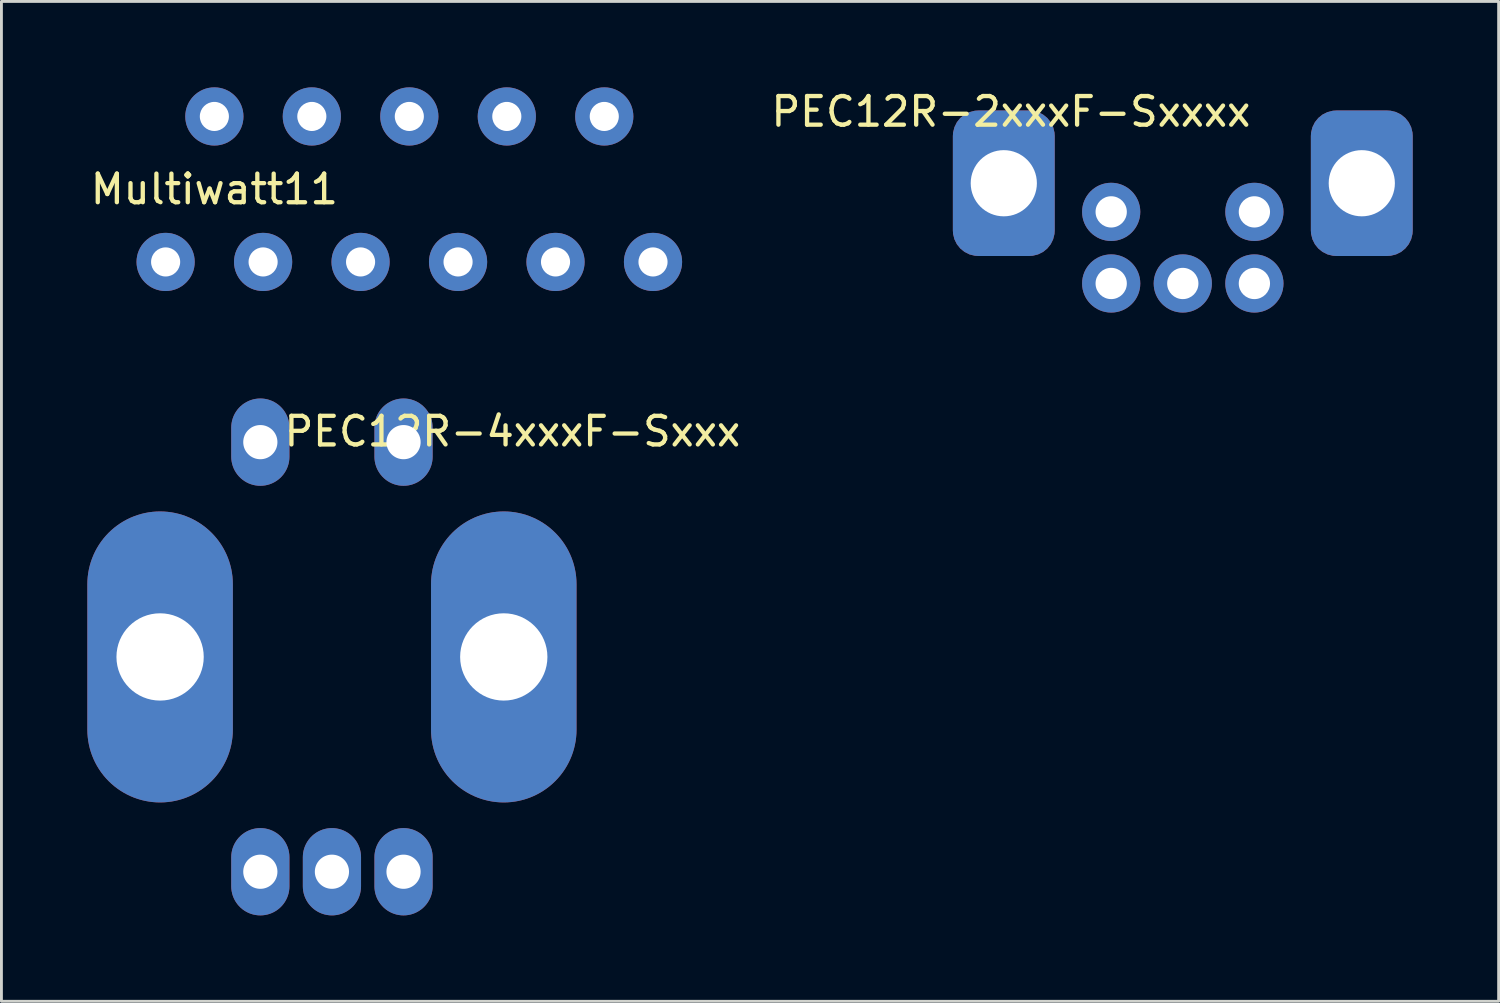
<source format=kicad_pcb>
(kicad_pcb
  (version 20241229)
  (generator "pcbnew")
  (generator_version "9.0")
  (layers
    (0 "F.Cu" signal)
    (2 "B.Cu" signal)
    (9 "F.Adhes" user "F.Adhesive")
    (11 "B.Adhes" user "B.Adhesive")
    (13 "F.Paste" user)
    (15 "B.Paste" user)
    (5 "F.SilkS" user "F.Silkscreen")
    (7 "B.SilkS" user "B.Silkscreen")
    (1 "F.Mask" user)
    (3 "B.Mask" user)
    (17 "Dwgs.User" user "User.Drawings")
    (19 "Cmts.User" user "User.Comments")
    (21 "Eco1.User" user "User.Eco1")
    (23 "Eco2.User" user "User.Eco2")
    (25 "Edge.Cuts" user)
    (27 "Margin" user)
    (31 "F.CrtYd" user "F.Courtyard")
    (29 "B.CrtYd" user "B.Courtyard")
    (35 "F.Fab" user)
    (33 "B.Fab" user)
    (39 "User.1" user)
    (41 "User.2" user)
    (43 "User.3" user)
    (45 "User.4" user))
  (footprint "Multiwatt11"
    (layer "F.Cu")
    (at 11.242 6.096)
    (property "Reference" "Multiwatt11" (at -6.807 -2.54 0) (layer "F.SilkS") (effects (font (size 1 1) (thickness 0.15))))
    (attr through_hole)
    (pad "1" thru_hole circle (at -8.509 0) (size 2.032 2.032) (drill 1.016) (layers "*.Cu" "*.Mask"))
    (pad "2" thru_hole circle (at -6.807 -5.08) (size 2.032 2.032) (drill 1.016) (layers "*.Cu" "*.Mask"))
    (pad "3" thru_hole circle (at -5.105 0) (size 2.032 2.032) (drill 1.016) (layers "*.Cu" "*.Mask"))
    (pad "4" thru_hole circle (at -3.404 -5.08) (size 2.032 2.032) (drill 1.016) (layers "*.Cu" "*.Mask"))
    (pad "5" thru_hole circle (at -1.702 0) (size 2.032 2.032) (drill 1.016) (layers "*.Cu" "*.Mask"))
    (pad "6" thru_hole circle (at 0 -5.08) (size 2.032 2.032) (drill 1.016) (layers "*.Cu" "*.Mask"))
    (pad "7" thru_hole circle (at 1.702 0) (size 2.032 2.032) (drill 1.016) (layers "*.Cu" "*.Mask"))
    (pad "8" thru_hole circle (at 3.404 -5.08) (size 2.032 2.032) (drill 1.016) (layers "*.Cu" "*.Mask"))
    (pad "9" thru_hole circle (at 5.105 0) (size 2.032 2.032) (drill 1.016) (layers "*.Cu" "*.Mask"))
    (pad "10" thru_hole circle (at 6.807 -5.08) (size 2.032 2.032) (drill 1.016) (layers "*.Cu" "*.Mask"))
    (pad "11" thru_hole circle (at 8.509 0) (size 2.032 2.032) (drill 1.016) (layers "*.Cu" "*.Mask")))
  (footprint "PEC12R-2xxxF-Sxxxx"
    (layer "F.Cu")
    (at 38.249 6.848)
    (property "Reference" "PEC12R-2xxxF-Sxxxx" (at -6 -6 0) (layer "F.SilkS") (effects (font (size 1 1) (thickness 0.15))))
    (attr through_hole)
    (pad "3" thru_hole roundrect (at 6.25 -3.5) (size 3.556 5.08) (drill 2.311) (layers "*.Cu" "*.Mask") (roundrect_rratio 0.25))
    (pad "4" thru_hole roundrect (at -6.25 -3.5) (size 3.556 5.08) (drill 2.311) (layers "*.Cu" "*.Mask") (roundrect_rratio 0.25))
    (pad "A" thru_hole circle (at -2.5 0) (size 2.032 2.032) (drill 1.092) (layers "*.Cu" "*.Mask"))
    (pad "B" thru_hole circle (at 2.5 0) (size 2.032 2.032) (drill 1.092) (layers "*.Cu" "*.Mask"))
    (pad "C" thru_hole circle (at 0 0) (size 2.032 2.032) (drill 1.092) (layers "*.Cu" "*.Mask"))
    (pad "S1" thru_hole circle (at -2.5 -2.5) (size 2.032 2.032) (drill 1.092) (layers "*.Cu" "*.Mask"))
    (pad "S2" thru_hole circle (at 2.5 -2.5) (size 2.032 2.032) (drill 1.092) (layers "*.Cu" "*.Mask")))
  (footprint "PEC12R-4xxxF-Sxxx"
    (layer "F.Cu")
    (at 8.54 19.888)
    (property "Reference" "PEC12R-4xxxF-Sxxx" (at 6.3 -7.875 0) (layer "F.SilkS") (effects (font (size 1 1) (thickness 0.15))))
    (attr through_hole)
    (pad "" thru_hole oval (at -6 0 90) (size 10.16 5.08) (drill 3.048) (layers "*.Cu" "*.Mask"))
    (pad "" thru_hole oval (at 6 0 90) (size 10.16 5.08) (drill 3.048) (layers "*.Cu" "*.Mask"))
    (pad "A" thru_hole oval (at -2.5 7.5 90) (size 3.048 2.032) (drill 1.194) (layers "*.Cu" "*.Mask"))
    (pad "B" thru_hole oval (at 2.5 7.5 90) (size 3.048 2.032) (drill 1.194) (layers "*.Cu" "*.Mask"))
    (pad "C" thru_hole oval (at 0 7.5 90) (size 3.048 2.032) (drill 1.194) (layers "*.Cu" "*.Mask"))
    (pad "S1" thru_hole oval (at -2.5 -7.5 90) (size 3.048 2.032) (drill 1.194) (layers "*.Cu" "*.Mask"))
    (pad "S2" thru_hole oval (at 2.5 -7.5 90) (size 3.048 2.032) (drill 1.194) (layers "*.Cu" "*.Mask")))
  (gr_rect
    (start -3 -3)
    (end 49.277 31.912)
    (stroke (width 0.1) (type default))
    (fill no)
    (layer "Edge.Cuts")))
</source>
